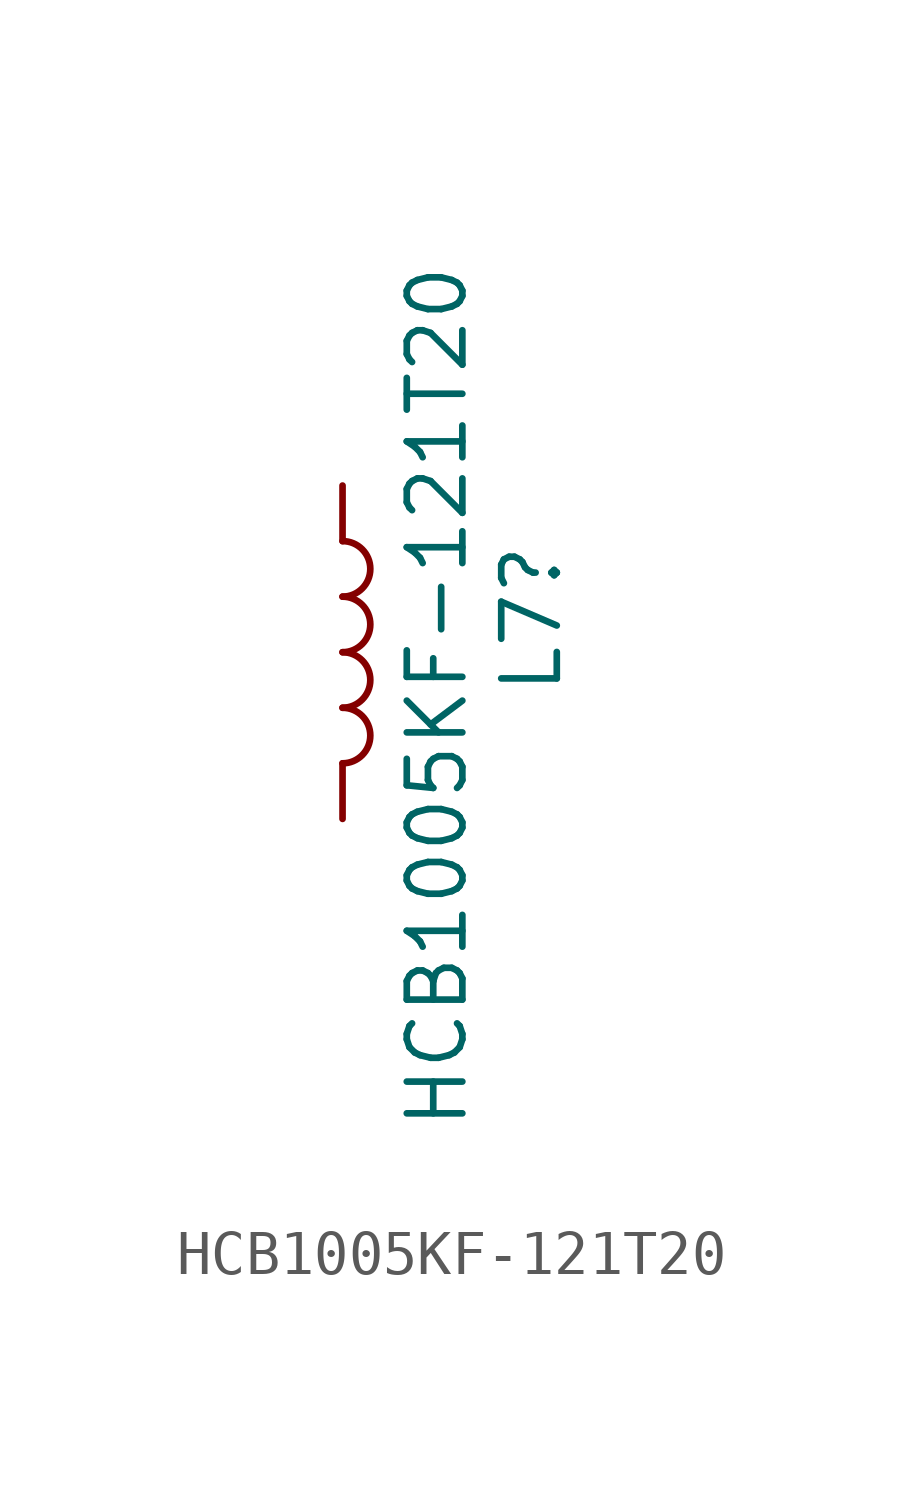
<source format=kicad_sym>
(kicad_symbol_lib
  (version 20231120)
  (generator "kicad_symbol_editor")
  (generator_version "8.0")
  (symbol "HCB1005KF-121T20"
    (pin_numbers hide)
    (pin_names
      (offset 1.016) hide)
    (property "Reference" "L7"
      (at 4.318 0.762 90)
      (effects (font (size 1.27 1.27))))
    (property "Value" "HCB1005KF-121T20"
      (at 2.159 -1.016 90)
      (effects (font (size 1.27 1.27))))
    (symbol "HCB1005KF-121T20_0_1"
      (arc (start 0 -2.54) (mid 0.6323 -1.905) (end 0 -1.27) (stroke (width 0) (type default)) (fill (type none)))
      (arc (start 0 -1.27) (mid 0.6323 -0.635) (end 0 0) (stroke (width 0) (type default)) (fill (type none)))
      (arc (start 0 0) (mid 0.6323 0.635) (end 0 1.27) (stroke (width 0) (type default)) (fill (type none)))
      (arc (start 0 1.27) (mid 0.6323 1.905) (end 0 2.54) (stroke (width 0) (type default)) (fill (type none))))
    (symbol "HCB1005KF-121T20_1_1"
      (pin passive line (at 0 3.81 270) (length 1.27) (name "1" (effects (font (size 1.27 1.27)))) (number "1" (effects (font (size 1.27 1.27)))))
      (pin passive line (at 0 -3.81 90) (length 1.27) (name "2" (effects (font (size 1.27 1.27)))) (number "2" (effects (font (size 1.27 1.27))))))))
</source>
